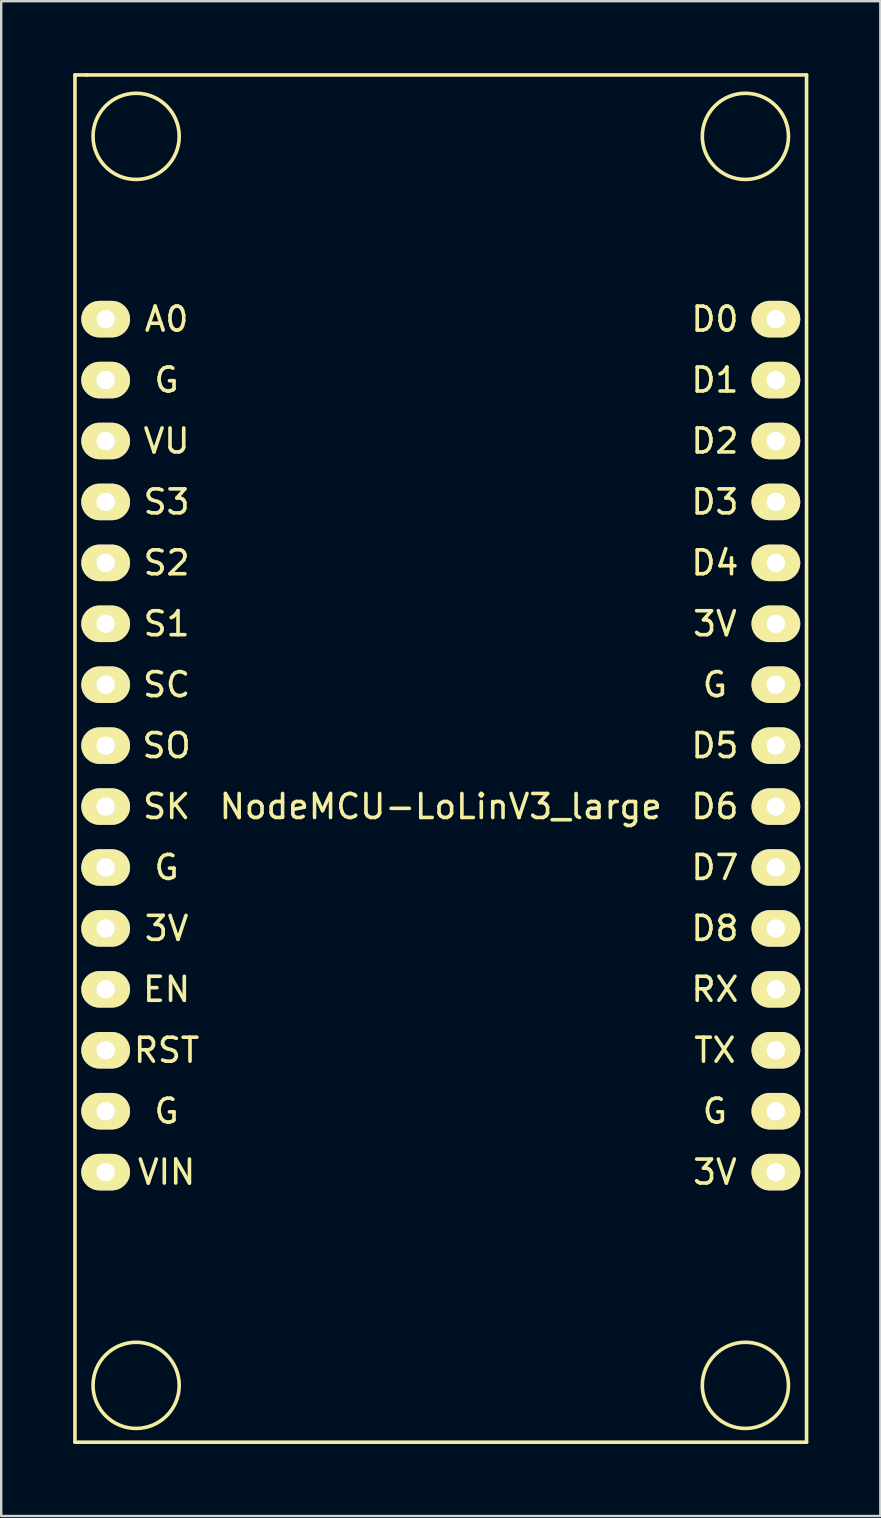
<source format=kicad_pcb>
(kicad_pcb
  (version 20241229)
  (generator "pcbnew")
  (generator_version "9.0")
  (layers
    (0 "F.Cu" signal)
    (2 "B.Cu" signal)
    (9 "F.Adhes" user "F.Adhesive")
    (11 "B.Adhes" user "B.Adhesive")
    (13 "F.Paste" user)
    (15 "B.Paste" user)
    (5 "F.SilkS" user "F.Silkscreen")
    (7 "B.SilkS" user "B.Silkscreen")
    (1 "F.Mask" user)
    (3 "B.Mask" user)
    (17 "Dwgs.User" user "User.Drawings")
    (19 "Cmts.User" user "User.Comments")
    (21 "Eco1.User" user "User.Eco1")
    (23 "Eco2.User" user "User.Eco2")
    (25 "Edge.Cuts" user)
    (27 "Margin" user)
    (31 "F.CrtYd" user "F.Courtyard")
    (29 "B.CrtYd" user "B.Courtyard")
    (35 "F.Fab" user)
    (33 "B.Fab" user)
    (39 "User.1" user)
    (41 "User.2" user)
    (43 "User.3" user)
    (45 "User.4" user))
  (footprint "NodeMCU-LoLinV3_large"
    (layer "F.Cu")
    (at 1.355 10.255)
    (property "Reference" "NodeMCU-LoLinV3_large" (at 13.97 20.32 0) (layer "F.SilkS") (effects (font (size 1 1) (thickness 0.15))))
    (attr through_hole)
    (fp_line (start -1.28 -10.18) (end -1.28 46.82) (stroke (width 0.15) (type solid)) (layer "F.SilkS"))
    (fp_line (start -1.28 46.82) (end 29.22 46.82) (stroke (width 0.15) (type solid)) (layer "F.SilkS"))
    (fp_line (start -0.78 -10.18) (end -1.28 -10.18) (stroke (width 0.15) (type solid)) (layer "F.SilkS"))
    (fp_line (start 29.22 -10.18) (end -0.78 -10.18) (stroke (width 0.15) (type solid)) (layer "F.SilkS"))
    (fp_line (start 29.22 46.82) (end 29.22 -10.18) (stroke (width 0.15) (type solid)) (layer "F.SilkS"))
    (fp_circle (center 1.27 -7.62) (end 2.54 -8.89) (stroke (width 0.15) (type solid)) (fill no) (layer "F.SilkS"))
    (fp_circle (center 1.27 44.45) (end 2.54 43.18) (stroke (width 0.15) (type solid)) (fill no) (layer "F.SilkS"))
    (fp_circle (center 26.67 -7.62) (end 27.94 -8.89) (stroke (width 0.15) (type solid)) (fill no) (layer "F.SilkS"))
    (fp_circle (center 26.67 44.45) (end 27.94 43.18) (stroke (width 0.15) (type solid)) (fill no) (layer "F.SilkS"))
    (fp_text user "VU" (at 2.54 5.08 0) (layer "F.SilkS") (effects (font (size 1 1) (thickness 0.15))))
    (fp_text user "D5" (at 25.4 17.78 0) (layer "F.SilkS") (effects (font (size 1 1) (thickness 0.15))))
    (fp_text user "VIN" (at 2.54 35.56 0) (layer "F.SilkS") (effects (font (size 1 1) (thickness 0.15))))
    (fp_text user "3V" (at 2.54 25.4 0) (layer "F.SilkS") (effects (font (size 1 1) (thickness 0.15))))
    (fp_text user "D3" (at 25.4 7.62 0) (layer "F.SilkS") (effects (font (size 1 1) (thickness 0.15))))
    (fp_text user "G" (at 2.54 33.02 0) (layer "F.SilkS") (effects (font (size 1 1) (thickness 0.15))))
    (fp_text user "G" (at 2.54 2.54 0) (layer "F.SilkS") (effects (font (size 1 1) (thickness 0.15))))
    (fp_text user "3V" (at 25.4 35.56 0) (layer "F.SilkS") (effects (font (size 1 1) (thickness 0.15))))
    (fp_text user "D8" (at 25.4 25.4 0) (layer "F.SilkS") (effects (font (size 1 1) (thickness 0.15))))
    (fp_text user "D1" (at 25.4 2.54 0) (layer "F.SilkS") (effects (font (size 1 1) (thickness 0.15))))
    (fp_text user "S2" (at 2.54 10.16 0) (layer "F.SilkS") (effects (font (size 1 1) (thickness 0.15))))
    (fp_text user "SK" (at 2.54 20.32 0) (layer "F.SilkS") (effects (font (size 1 1) (thickness 0.15))))
    (fp_text user "D0" (at 25.4 0 0) (layer "F.SilkS") (effects (font (size 1 1) (thickness 0.15))))
    (fp_text user "D2" (at 25.4 5.08 0) (layer "F.SilkS") (effects (font (size 1 1) (thickness 0.15))))
    (fp_text user "S1" (at 2.54 12.7 0) (layer "F.SilkS") (effects (font (size 1 1) (thickness 0.15))))
    (fp_text user "D6" (at 25.4 20.32 0) (layer "F.SilkS") (effects (font (size 1 1) (thickness 0.15))))
    (fp_text user "3V" (at 25.4 12.7 0) (layer "F.SilkS") (effects (font (size 1 1) (thickness 0.15))))
    (fp_text user "RST" (at 2.54 30.48 0) (layer "F.SilkS") (effects (font (size 1 1) (thickness 0.15))))
    (fp_text user "G" (at 25.4 15.24 0) (layer "F.SilkS") (effects (font (size 1 1) (thickness 0.15))))
    (fp_text user "D7" (at 25.4 22.86 0) (layer "F.SilkS") (effects (font (size 1 1) (thickness 0.15))))
    (fp_text user "G" (at 2.54 22.86 0) (layer "F.SilkS") (effects (font (size 1 1) (thickness 0.15))))
    (fp_text user "RX" (at 25.4 27.94 0) (layer "F.SilkS") (effects (font (size 1 1) (thickness 0.15))))
    (fp_text user "S3" (at 2.54 7.62 0) (layer "F.SilkS") (effects (font (size 1 1) (thickness 0.15))))
    (fp_text user "EN" (at 2.54 27.94 0) (layer "F.SilkS") (effects (font (size 1 1) (thickness 0.15))))
    (fp_text user "SC" (at 2.54 15.24 0) (layer "F.SilkS") (effects (font (size 1 1) (thickness 0.15))))
    (fp_text user "TX" (at 25.4 30.48 0) (layer "F.SilkS") (effects (font (size 1 1) (thickness 0.15))))
    (fp_text user "SO" (at 2.54 17.78 0) (layer "F.SilkS") (effects (font (size 1 1) (thickness 0.15))))
    (fp_text user "A0" (at 2.54 0 0) (layer "F.SilkS") (effects (font (size 1 1) (thickness 0.15))))
    (fp_text user "D4" (at 25.4 10.16 0) (layer "F.SilkS") (effects (font (size 1 1) (thickness 0.15))))
    (fp_text user "G" (at 25.4 33.02 0) (layer "F.SilkS") (effects (font (size 1 1) (thickness 0.15))))
    (pad "1" thru_hole oval (at 0 0) (size 2.032 1.524) (drill 0.762) (layers "*.Cu" "*.Mask" "F.SilkS"))
    (pad "2" thru_hole oval (at 0 2.54) (size 2.032 1.524) (drill 0.762) (layers "*.Cu" "*.Mask" "F.SilkS"))
    (pad "3" thru_hole oval (at 0 5.08) (size 2.032 1.524) (drill 0.762) (layers "*.Cu" "*.Mask" "F.SilkS"))
    (pad "4" thru_hole oval (at 0 7.62) (size 2.032 1.524) (drill 0.762) (layers "*.Cu" "*.Mask" "F.SilkS"))
    (pad "5" thru_hole oval (at 0 10.16) (size 2.032 1.524) (drill 0.762) (layers "*.Cu" "*.Mask" "F.SilkS"))
    (pad "6" thru_hole oval (at 0 12.7) (size 2.032 1.524) (drill 0.762) (layers "*.Cu" "*.Mask" "F.SilkS"))
    (pad "7" thru_hole oval (at 0 15.24) (size 2.032 1.524) (drill 0.762) (layers "*.Cu" "*.Mask" "F.SilkS"))
    (pad "8" thru_hole oval (at 0 17.78) (size 2.032 1.524) (drill 0.762) (layers "*.Cu" "*.Mask" "F.SilkS"))
    (pad "9" thru_hole oval (at 0 20.32) (size 2.032 1.524) (drill 0.762) (layers "*.Cu" "*.Mask" "F.SilkS"))
    (pad "10" thru_hole oval (at 0 22.86) (size 2.032 1.524) (drill 0.762) (layers "*.Cu" "*.Mask" "F.SilkS"))
    (pad "11" thru_hole oval (at 0 25.4) (size 2.032 1.524) (drill 0.762) (layers "*.Cu" "*.Mask" "F.SilkS"))
    (pad "12" thru_hole oval (at 0 27.94) (size 2.032 1.524) (drill 0.762) (layers "*.Cu" "*.Mask" "F.SilkS"))
    (pad "13" thru_hole oval (at 0 30.48) (size 2.032 1.524) (drill 0.762) (layers "*.Cu" "*.Mask" "F.SilkS"))
    (pad "14" thru_hole oval (at 0 33.02) (size 2.032 1.524) (drill 0.762) (layers "*.Cu" "*.Mask" "F.SilkS"))
    (pad "15" thru_hole oval (at 0 35.56) (size 2.032 1.524) (drill 0.762) (layers "*.Cu" "*.Mask" "F.SilkS"))
    (pad "16" thru_hole oval (at 27.94 35.56) (size 2.032 1.524) (drill 0.762) (layers "*.Cu" "*.Mask" "F.SilkS"))
    (pad "17" thru_hole oval (at 27.94 33.02) (size 2.032 1.524) (drill 0.762) (layers "*.Cu" "*.Mask" "F.SilkS"))
    (pad "18" thru_hole oval (at 27.94 30.48) (size 2.032 1.524) (drill 0.762) (layers "*.Cu" "*.Mask" "F.SilkS"))
    (pad "19" thru_hole oval (at 27.94 27.94) (size 2.032 1.524) (drill 0.762) (layers "*.Cu" "*.Mask" "F.SilkS"))
    (pad "20" thru_hole oval (at 27.94 25.4) (size 2.032 1.524) (drill 0.762) (layers "*.Cu" "*.Mask" "F.SilkS"))
    (pad "21" thru_hole oval (at 27.94 22.86) (size 2.032 1.524) (drill 0.762) (layers "*.Cu" "*.Mask" "F.SilkS"))
    (pad "22" thru_hole oval (at 27.94 20.32) (size 2.032 1.524) (drill 0.762) (layers "*.Cu" "*.Mask" "F.SilkS"))
    (pad "23" thru_hole oval (at 27.94 17.78) (size 2.032 1.524) (drill 0.762) (layers "*.Cu" "*.Mask" "F.SilkS"))
    (pad "24" thru_hole oval (at 27.94 15.24) (size 2.032 1.524) (drill 0.762) (layers "*.Cu" "*.Mask" "F.SilkS"))
    (pad "25" thru_hole oval (at 27.94 12.7) (size 2.032 1.524) (drill 0.762) (layers "*.Cu" "*.Mask" "F.SilkS"))
    (pad "26" thru_hole oval (at 27.94 10.16) (size 2.032 1.524) (drill 0.762) (layers "*.Cu" "*.Mask" "F.SilkS"))
    (pad "27" thru_hole oval (at 27.94 7.62) (size 2.032 1.524) (drill 0.762) (layers "*.Cu" "*.Mask" "F.SilkS"))
    (pad "28" thru_hole oval (at 27.94 5.08) (size 2.032 1.524) (drill 0.762) (layers "*.Cu" "*.Mask" "F.SilkS"))
    (pad "29" thru_hole oval (at 27.94 2.54) (size 2.032 1.524) (drill 0.762) (layers "*.Cu" "*.Mask" "F.SilkS"))
    (pad "30" thru_hole oval (at 27.94 0) (size 2.032 1.524) (drill 0.762) (layers "*.Cu" "*.Mask" "F.SilkS")))
  (gr_rect
    (start -3 -3)
    (end 33.65 60.15)
    (stroke (width 0.1) (type default))
    (fill no)
    (layer "Edge.Cuts")))
</source>
